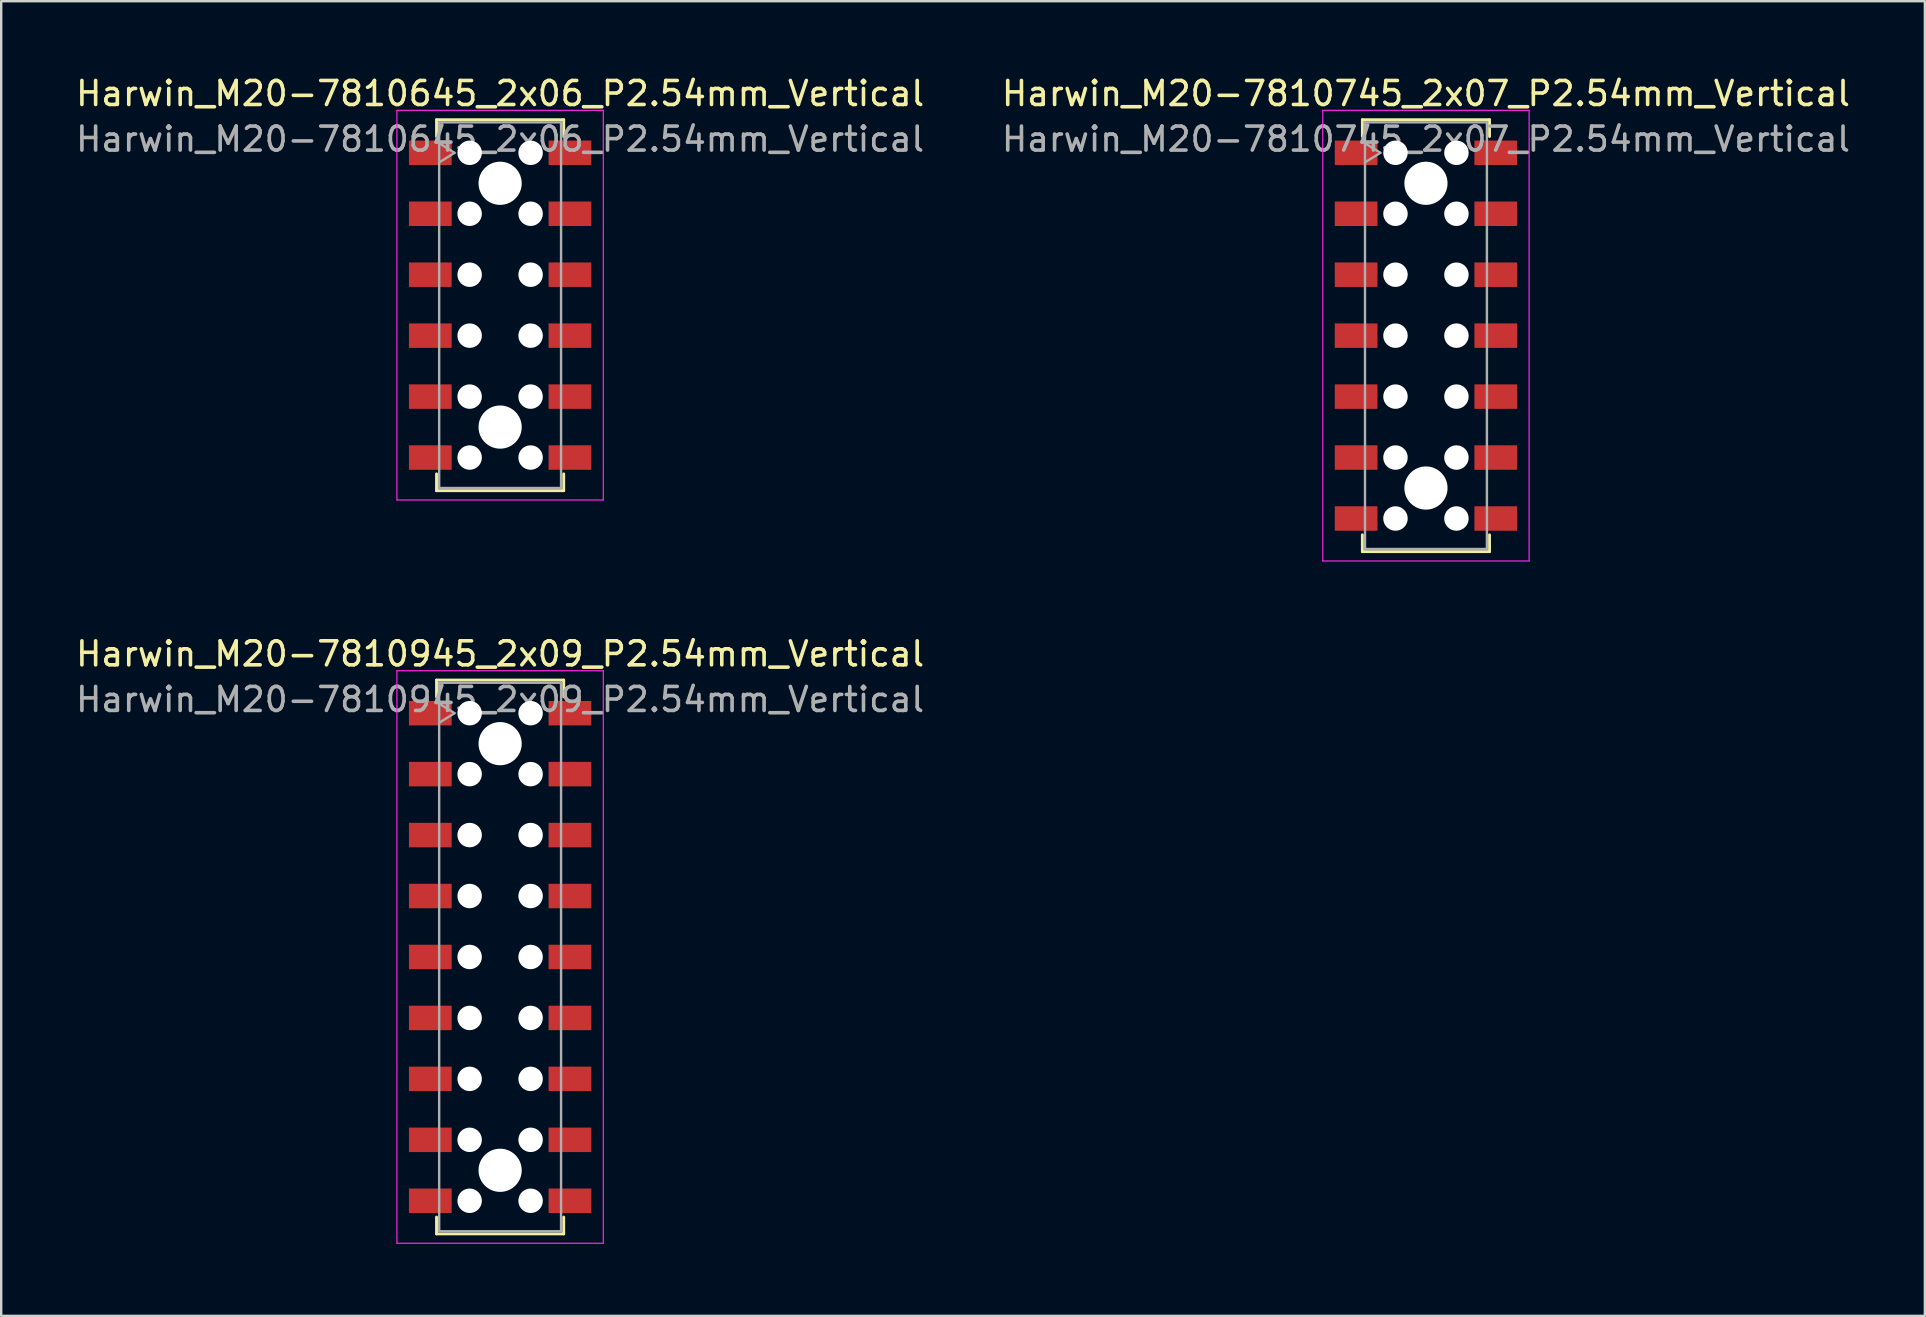
<source format=kicad_pcb>
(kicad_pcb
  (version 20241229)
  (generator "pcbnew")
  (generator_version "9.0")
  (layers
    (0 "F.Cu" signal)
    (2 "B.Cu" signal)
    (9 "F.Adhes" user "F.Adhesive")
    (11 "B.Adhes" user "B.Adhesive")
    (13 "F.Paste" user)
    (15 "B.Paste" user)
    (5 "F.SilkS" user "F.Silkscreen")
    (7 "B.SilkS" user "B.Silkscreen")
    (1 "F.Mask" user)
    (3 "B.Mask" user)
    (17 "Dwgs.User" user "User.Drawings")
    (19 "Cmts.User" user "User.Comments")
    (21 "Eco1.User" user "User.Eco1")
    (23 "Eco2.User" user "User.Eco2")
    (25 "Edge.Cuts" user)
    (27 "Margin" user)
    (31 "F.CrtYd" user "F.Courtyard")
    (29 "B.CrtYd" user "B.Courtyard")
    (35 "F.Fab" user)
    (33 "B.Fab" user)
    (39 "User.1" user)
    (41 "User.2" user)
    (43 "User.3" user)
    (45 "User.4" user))
  (footprint "Harwin_M20-7810645_2x06_P2.54mm_Vertical"
    (layer "F.Cu")
    (at 17.792 9.668)
    (property "Reference" "Harwin_M20-7810645_2x06_P2.54mm_Vertical" (at 0 -8.82 0) (layer "F.SilkS") (effects (font (size 1 1) (thickness 0.15))))
    (attr smd)
    (fp_line (start -2.65 -7.73) (end 2.65 -7.73) (stroke (width 0.12) (type solid)) (layer "F.SilkS"))
    (fp_line (start -2.65 -7.03) (end -2.65 -7.73) (stroke (width 0.12) (type solid)) (layer "F.SilkS"))
    (fp_line (start -2.65 7.03) (end -2.65 7.73) (stroke (width 0.12) (type solid)) (layer "F.SilkS"))
    (fp_line (start -2.65 7.73) (end 2.65 7.73) (stroke (width 0.12) (type solid)) (layer "F.SilkS"))
    (fp_line (start 2.65 -7.73) (end 2.65 -7.03) (stroke (width 0.12) (type solid)) (layer "F.SilkS"))
    (fp_line (start 2.65 7.73) (end 2.65 7.03) (stroke (width 0.12) (type solid)) (layer "F.SilkS"))
    (fp_line (start -4.3 -8.12) (end 4.3 -8.12) (stroke (width 0.05) (type solid)) (layer "F.CrtYd"))
    (fp_line (start -4.3 8.12) (end -4.3 -8.12) (stroke (width 0.05) (type solid)) (layer "F.CrtYd"))
    (fp_line (start 4.3 -8.12) (end 4.3 8.12) (stroke (width 0.05) (type solid)) (layer "F.CrtYd"))
    (fp_line (start 4.3 8.12) (end -4.3 8.12) (stroke (width 0.05) (type solid)) (layer "F.CrtYd"))
    (fp_line (start -2.54 -7.62) (end 2.54 -7.62) (stroke (width 0.1) (type solid)) (layer "F.Fab"))
    (fp_line (start -2.54 -6.75) (end -1.9 -6.35) (stroke (width 0.1) (type solid)) (layer "F.Fab"))
    (fp_line (start -2.54 7.62) (end -2.54 -7.62) (stroke (width 0.1) (type solid)) (layer "F.Fab"))
    (fp_line (start -1.9 -6.35) (end -2.54 -5.95) (stroke (width 0.1) (type solid)) (layer "F.Fab"))
    (fp_line (start 2.54 -7.62) (end 2.54 7.62) (stroke (width 0.1) (type solid)) (layer "F.Fab"))
    (fp_line (start 2.54 7.62) (end -2.54 7.62) (stroke (width 0.1) (type solid)) (layer "F.Fab"))
    (fp_text user "${REFERENCE}" (at 0 -6.92 0) (layer "F.Fab") (effects (font (size 1 1) (thickness 0.15))))
    (pad "" np_thru_hole circle (at -1.27 -6.35) (size 1.02 1.02) (drill 1.02) (layers "*.Cu" "*.Mask"))
    (pad "" np_thru_hole circle (at -1.27 -3.81) (size 1.02 1.02) (drill 1.02) (layers "*.Cu" "*.Mask"))
    (pad "" np_thru_hole circle (at -1.27 -1.27) (size 1.02 1.02) (drill 1.02) (layers "*.Cu" "*.Mask"))
    (pad "" np_thru_hole circle (at -1.27 1.27) (size 1.02 1.02) (drill 1.02) (layers "*.Cu" "*.Mask"))
    (pad "" np_thru_hole circle (at -1.27 3.81) (size 1.02 1.02) (drill 1.02) (layers "*.Cu" "*.Mask"))
    (pad "" np_thru_hole circle (at -1.27 6.35) (size 1.02 1.02) (drill 1.02) (layers "*.Cu" "*.Mask"))
    (pad "" np_thru_hole circle (at 0 -5.08) (size 1.8 1.8) (drill 1.8) (layers "*.Cu" "*.Mask"))
    (pad "" np_thru_hole circle (at 0 5.08) (size 1.8 1.8) (drill 1.8) (layers "*.Cu" "*.Mask"))
    (pad "" np_thru_hole circle (at 1.27 -6.35) (size 1.02 1.02) (drill 1.02) (layers "*.Cu" "*.Mask"))
    (pad "" np_thru_hole circle (at 1.27 -3.81) (size 1.02 1.02) (drill 1.02) (layers "*.Cu" "*.Mask"))
    (pad "" np_thru_hole circle (at 1.27 -1.27) (size 1.02 1.02) (drill 1.02) (layers "*.Cu" "*.Mask"))
    (pad "" np_thru_hole circle (at 1.27 1.27) (size 1.02 1.02) (drill 1.02) (layers "*.Cu" "*.Mask"))
    (pad "" np_thru_hole circle (at 1.27 3.81) (size 1.02 1.02) (drill 1.02) (layers "*.Cu" "*.Mask"))
    (pad "" np_thru_hole circle (at 1.27 6.35) (size 1.02 1.02) (drill 1.02) (layers "*.Cu" "*.Mask"))
    (pad "1" smd rect (at -2.91 -6.35) (size 1.78 1.02) (layers "F.Cu" "F.Mask" "F.Paste"))
    (pad "2" smd rect (at -2.91 -3.81) (size 1.78 1.02) (layers "F.Cu" "F.Mask" "F.Paste"))
    (pad "3" smd rect (at -2.91 -1.27) (size 1.78 1.02) (layers "F.Cu" "F.Mask" "F.Paste"))
    (pad "4" smd rect (at -2.91 1.27) (size 1.78 1.02) (layers "F.Cu" "F.Mask" "F.Paste"))
    (pad "5" smd rect (at -2.91 3.81) (size 1.78 1.02) (layers "F.Cu" "F.Mask" "F.Paste"))
    (pad "6" smd rect (at -2.91 6.35) (size 1.78 1.02) (layers "F.Cu" "F.Mask" "F.Paste"))
    (pad "7" smd rect (at 2.91 -6.35) (size 1.78 1.02) (layers "F.Cu" "F.Mask" "F.Paste"))
    (pad "8" smd rect (at 2.91 -3.81) (size 1.78 1.02) (layers "F.Cu" "F.Mask" "F.Paste"))
    (pad "9" smd rect (at 2.91 -1.27) (size 1.78 1.02) (layers "F.Cu" "F.Mask" "F.Paste"))
    (pad "10" smd rect (at 2.91 1.27) (size 1.78 1.02) (layers "F.Cu" "F.Mask" "F.Paste"))
    (pad "11" smd rect (at 2.91 3.81) (size 1.78 1.02) (layers "F.Cu" "F.Mask" "F.Paste"))
    (pad "12" smd rect (at 2.91 6.35) (size 1.78 1.02) (layers "F.Cu" "F.Mask" "F.Paste")))
  (footprint "Harwin_M20-7810945_2x09_P2.54mm_Vertical"
    (layer "F.Cu")
    (at 17.792 36.831)
    (property "Reference" "Harwin_M20-7810945_2x09_P2.54mm_Vertical" (at 0 -12.63 0) (layer "F.SilkS") (effects (font (size 1 1) (thickness 0.15))))
    (attr smd)
    (fp_line (start -2.65 -11.54) (end 2.65 -11.54) (stroke (width 0.12) (type solid)) (layer "F.SilkS"))
    (fp_line (start -2.65 -10.84) (end -2.65 -11.54) (stroke (width 0.12) (type solid)) (layer "F.SilkS"))
    (fp_line (start -2.65 10.84) (end -2.65 11.54) (stroke (width 0.12) (type solid)) (layer "F.SilkS"))
    (fp_line (start -2.65 11.54) (end 2.65 11.54) (stroke (width 0.12) (type solid)) (layer "F.SilkS"))
    (fp_line (start 2.65 -11.54) (end 2.65 -10.84) (stroke (width 0.12) (type solid)) (layer "F.SilkS"))
    (fp_line (start 2.65 11.54) (end 2.65 10.84) (stroke (width 0.12) (type solid)) (layer "F.SilkS"))
    (fp_line (start -4.3 -11.93) (end 4.3 -11.93) (stroke (width 0.05) (type solid)) (layer "F.CrtYd"))
    (fp_line (start -4.3 11.93) (end -4.3 -11.93) (stroke (width 0.05) (type solid)) (layer "F.CrtYd"))
    (fp_line (start 4.3 -11.93) (end 4.3 11.93) (stroke (width 0.05) (type solid)) (layer "F.CrtYd"))
    (fp_line (start 4.3 11.93) (end -4.3 11.93) (stroke (width 0.05) (type solid)) (layer "F.CrtYd"))
    (fp_line (start -2.54 -11.43) (end 2.54 -11.43) (stroke (width 0.1) (type solid)) (layer "F.Fab"))
    (fp_line (start -2.54 -10.56) (end -1.9 -10.16) (stroke (width 0.1) (type solid)) (layer "F.Fab"))
    (fp_line (start -2.54 11.43) (end -2.54 -11.43) (stroke (width 0.1) (type solid)) (layer "F.Fab"))
    (fp_line (start -1.9 -10.16) (end -2.54 -9.76) (stroke (width 0.1) (type solid)) (layer "F.Fab"))
    (fp_line (start 2.54 -11.43) (end 2.54 11.43) (stroke (width 0.1) (type solid)) (layer "F.Fab"))
    (fp_line (start 2.54 11.43) (end -2.54 11.43) (stroke (width 0.1) (type solid)) (layer "F.Fab"))
    (fp_text user "${REFERENCE}" (at 0 -10.73 0) (layer "F.Fab") (effects (font (size 1 1) (thickness 0.15))))
    (pad "" np_thru_hole circle (at -1.27 -10.16) (size 1.02 1.02) (drill 1.02) (layers "*.Cu" "*.Mask"))
    (pad "" np_thru_hole circle (at -1.27 -7.62) (size 1.02 1.02) (drill 1.02) (layers "*.Cu" "*.Mask"))
    (pad "" np_thru_hole circle (at -1.27 -5.08) (size 1.02 1.02) (drill 1.02) (layers "*.Cu" "*.Mask"))
    (pad "" np_thru_hole circle (at -1.27 -2.54) (size 1.02 1.02) (drill 1.02) (layers "*.Cu" "*.Mask"))
    (pad "" np_thru_hole circle (at -1.27 0) (size 1.02 1.02) (drill 1.02) (layers "*.Cu" "*.Mask"))
    (pad "" np_thru_hole circle (at -1.27 2.54) (size 1.02 1.02) (drill 1.02) (layers "*.Cu" "*.Mask"))
    (pad "" np_thru_hole circle (at -1.27 5.08) (size 1.02 1.02) (drill 1.02) (layers "*.Cu" "*.Mask"))
    (pad "" np_thru_hole circle (at -1.27 7.62) (size 1.02 1.02) (drill 1.02) (layers "*.Cu" "*.Mask"))
    (pad "" np_thru_hole circle (at -1.27 10.16) (size 1.02 1.02) (drill 1.02) (layers "*.Cu" "*.Mask"))
    (pad "" np_thru_hole circle (at 0 -8.89) (size 1.8 1.8) (drill 1.8) (layers "*.Cu" "*.Mask"))
    (pad "" np_thru_hole circle (at 0 8.89) (size 1.8 1.8) (drill 1.8) (layers "*.Cu" "*.Mask"))
    (pad "" np_thru_hole circle (at 1.27 -10.16) (size 1.02 1.02) (drill 1.02) (layers "*.Cu" "*.Mask"))
    (pad "" np_thru_hole circle (at 1.27 -7.62) (size 1.02 1.02) (drill 1.02) (layers "*.Cu" "*.Mask"))
    (pad "" np_thru_hole circle (at 1.27 -5.08) (size 1.02 1.02) (drill 1.02) (layers "*.Cu" "*.Mask"))
    (pad "" np_thru_hole circle (at 1.27 -2.54) (size 1.02 1.02) (drill 1.02) (layers "*.Cu" "*.Mask"))
    (pad "" np_thru_hole circle (at 1.27 0) (size 1.02 1.02) (drill 1.02) (layers "*.Cu" "*.Mask"))
    (pad "" np_thru_hole circle (at 1.27 2.54) (size 1.02 1.02) (drill 1.02) (layers "*.Cu" "*.Mask"))
    (pad "" np_thru_hole circle (at 1.27 5.08) (size 1.02 1.02) (drill 1.02) (layers "*.Cu" "*.Mask"))
    (pad "" np_thru_hole circle (at 1.27 7.62) (size 1.02 1.02) (drill 1.02) (layers "*.Cu" "*.Mask"))
    (pad "" np_thru_hole circle (at 1.27 10.16) (size 1.02 1.02) (drill 1.02) (layers "*.Cu" "*.Mask"))
    (pad "1" smd rect (at -2.91 -10.16) (size 1.78 1.02) (layers "F.Cu" "F.Mask" "F.Paste"))
    (pad "2" smd rect (at -2.91 -7.62) (size 1.78 1.02) (layers "F.Cu" "F.Mask" "F.Paste"))
    (pad "3" smd rect (at -2.91 -5.08) (size 1.78 1.02) (layers "F.Cu" "F.Mask" "F.Paste"))
    (pad "4" smd rect (at -2.91 -2.54) (size 1.78 1.02) (layers "F.Cu" "F.Mask" "F.Paste"))
    (pad "5" smd rect (at -2.91 0) (size 1.78 1.02) (layers "F.Cu" "F.Mask" "F.Paste"))
    (pad "6" smd rect (at -2.91 2.54) (size 1.78 1.02) (layers "F.Cu" "F.Mask" "F.Paste"))
    (pad "7" smd rect (at -2.91 5.08) (size 1.78 1.02) (layers "F.Cu" "F.Mask" "F.Paste"))
    (pad "8" smd rect (at -2.91 7.62) (size 1.78 1.02) (layers "F.Cu" "F.Mask" "F.Paste"))
    (pad "9" smd rect (at -2.91 10.16) (size 1.78 1.02) (layers "F.Cu" "F.Mask" "F.Paste"))
    (pad "10" smd rect (at 2.91 -10.16) (size 1.78 1.02) (layers "F.Cu" "F.Mask" "F.Paste"))
    (pad "11" smd rect (at 2.91 -7.62) (size 1.78 1.02) (layers "F.Cu" "F.Mask" "F.Paste"))
    (pad "12" smd rect (at 2.91 -5.08) (size 1.78 1.02) (layers "F.Cu" "F.Mask" "F.Paste"))
    (pad "13" smd rect (at 2.91 -2.54) (size 1.78 1.02) (layers "F.Cu" "F.Mask" "F.Paste"))
    (pad "14" smd rect (at 2.91 0) (size 1.78 1.02) (layers "F.Cu" "F.Mask" "F.Paste"))
    (pad "15" smd rect (at 2.91 2.54) (size 1.78 1.02) (layers "F.Cu" "F.Mask" "F.Paste"))
    (pad "16" smd rect (at 2.91 5.08) (size 1.78 1.02) (layers "F.Cu" "F.Mask" "F.Paste"))
    (pad "17" smd rect (at 2.91 7.62) (size 1.78 1.02) (layers "F.Cu" "F.Mask" "F.Paste"))
    (pad "18" smd rect (at 2.91 10.16) (size 1.78 1.02) (layers "F.Cu" "F.Mask" "F.Paste")))
  (footprint "Harwin_M20-7810745_2x07_P2.54mm_Vertical"
    (layer "F.Cu")
    (at 56.375 10.938)
    (property "Reference" "Harwin_M20-7810745_2x07_P2.54mm_Vertical" (at 0 -10.09 0) (layer "F.SilkS") (effects (font (size 1 1) (thickness 0.15))))
    (attr smd)
    (fp_line (start -2.65 -9) (end 2.65 -9) (stroke (width 0.12) (type solid)) (layer "F.SilkS"))
    (fp_line (start -2.65 -8.3) (end -2.65 -9) (stroke (width 0.12) (type solid)) (layer "F.SilkS"))
    (fp_line (start -2.65 8.3) (end -2.65 9) (stroke (width 0.12) (type solid)) (layer "F.SilkS"))
    (fp_line (start -2.65 9) (end 2.65 9) (stroke (width 0.12) (type solid)) (layer "F.SilkS"))
    (fp_line (start 2.65 -9) (end 2.65 -8.3) (stroke (width 0.12) (type solid)) (layer "F.SilkS"))
    (fp_line (start 2.65 9) (end 2.65 8.3) (stroke (width 0.12) (type solid)) (layer "F.SilkS"))
    (fp_line (start -4.3 -9.39) (end 4.3 -9.39) (stroke (width 0.05) (type solid)) (layer "F.CrtYd"))
    (fp_line (start -4.3 9.39) (end -4.3 -9.39) (stroke (width 0.05) (type solid)) (layer "F.CrtYd"))
    (fp_line (start 4.3 -9.39) (end 4.3 9.39) (stroke (width 0.05) (type solid)) (layer "F.CrtYd"))
    (fp_line (start 4.3 9.39) (end -4.3 9.39) (stroke (width 0.05) (type solid)) (layer "F.CrtYd"))
    (fp_line (start -2.54 -8.89) (end 2.54 -8.89) (stroke (width 0.1) (type solid)) (layer "F.Fab"))
    (fp_line (start -2.54 -8.02) (end -1.9 -7.62) (stroke (width 0.1) (type solid)) (layer "F.Fab"))
    (fp_line (start -2.54 8.89) (end -2.54 -8.89) (stroke (width 0.1) (type solid)) (layer "F.Fab"))
    (fp_line (start -1.9 -7.62) (end -2.54 -7.22) (stroke (width 0.1) (type solid)) (layer "F.Fab"))
    (fp_line (start 2.54 -8.89) (end 2.54 8.89) (stroke (width 0.1) (type solid)) (layer "F.Fab"))
    (fp_line (start 2.54 8.89) (end -2.54 8.89) (stroke (width 0.1) (type solid)) (layer "F.Fab"))
    (fp_text user "${REFERENCE}" (at 0 -8.19 0) (layer "F.Fab") (effects (font (size 1 1) (thickness 0.15))))
    (pad "" np_thru_hole circle (at -1.27 -7.62) (size 1.02 1.02) (drill 1.02) (layers "*.Cu" "*.Mask"))
    (pad "" np_thru_hole circle (at -1.27 -5.08) (size 1.02 1.02) (drill 1.02) (layers "*.Cu" "*.Mask"))
    (pad "" np_thru_hole circle (at -1.27 -2.54) (size 1.02 1.02) (drill 1.02) (layers "*.Cu" "*.Mask"))
    (pad "" np_thru_hole circle (at -1.27 0) (size 1.02 1.02) (drill 1.02) (layers "*.Cu" "*.Mask"))
    (pad "" np_thru_hole circle (at -1.27 2.54) (size 1.02 1.02) (drill 1.02) (layers "*.Cu" "*.Mask"))
    (pad "" np_thru_hole circle (at -1.27 5.08) (size 1.02 1.02) (drill 1.02) (layers "*.Cu" "*.Mask"))
    (pad "" np_thru_hole circle (at -1.27 7.62) (size 1.02 1.02) (drill 1.02) (layers "*.Cu" "*.Mask"))
    (pad "" np_thru_hole circle (at 0 -6.35) (size 1.8 1.8) (drill 1.8) (layers "*.Cu" "*.Mask"))
    (pad "" np_thru_hole circle (at 0 6.35) (size 1.8 1.8) (drill 1.8) (layers "*.Cu" "*.Mask"))
    (pad "" np_thru_hole circle (at 1.27 -7.62) (size 1.02 1.02) (drill 1.02) (layers "*.Cu" "*.Mask"))
    (pad "" np_thru_hole circle (at 1.27 -5.08) (size 1.02 1.02) (drill 1.02) (layers "*.Cu" "*.Mask"))
    (pad "" np_thru_hole circle (at 1.27 -2.54) (size 1.02 1.02) (drill 1.02) (layers "*.Cu" "*.Mask"))
    (pad "" np_thru_hole circle (at 1.27 0) (size 1.02 1.02) (drill 1.02) (layers "*.Cu" "*.Mask"))
    (pad "" np_thru_hole circle (at 1.27 2.54) (size 1.02 1.02) (drill 1.02) (layers "*.Cu" "*.Mask"))
    (pad "" np_thru_hole circle (at 1.27 5.08) (size 1.02 1.02) (drill 1.02) (layers "*.Cu" "*.Mask"))
    (pad "" np_thru_hole circle (at 1.27 7.62) (size 1.02 1.02) (drill 1.02) (layers "*.Cu" "*.Mask"))
    (pad "1" smd rect (at -2.91 -7.62) (size 1.78 1.02) (layers "F.Cu" "F.Mask" "F.Paste"))
    (pad "2" smd rect (at -2.91 -5.08) (size 1.78 1.02) (layers "F.Cu" "F.Mask" "F.Paste"))
    (pad "3" smd rect (at -2.91 -2.54) (size 1.78 1.02) (layers "F.Cu" "F.Mask" "F.Paste"))
    (pad "4" smd rect (at -2.91 0) (size 1.78 1.02) (layers "F.Cu" "F.Mask" "F.Paste"))
    (pad "5" smd rect (at -2.91 2.54) (size 1.78 1.02) (layers "F.Cu" "F.Mask" "F.Paste"))
    (pad "6" smd rect (at -2.91 5.08) (size 1.78 1.02) (layers "F.Cu" "F.Mask" "F.Paste"))
    (pad "7" smd rect (at -2.91 7.62) (size 1.78 1.02) (layers "F.Cu" "F.Mask" "F.Paste"))
    (pad "8" smd rect (at 2.91 -7.62) (size 1.78 1.02) (layers "F.Cu" "F.Mask" "F.Paste"))
    (pad "9" smd rect (at 2.91 -5.08) (size 1.78 1.02) (layers "F.Cu" "F.Mask" "F.Paste"))
    (pad "10" smd rect (at 2.91 -2.54) (size 1.78 1.02) (layers "F.Cu" "F.Mask" "F.Paste"))
    (pad "11" smd rect (at 2.91 0) (size 1.78 1.02) (layers "F.Cu" "F.Mask" "F.Paste"))
    (pad "12" smd rect (at 2.91 2.54) (size 1.78 1.02) (layers "F.Cu" "F.Mask" "F.Paste"))
    (pad "13" smd rect (at 2.91 5.08) (size 1.78 1.02) (layers "F.Cu" "F.Mask" "F.Paste"))
    (pad "14" smd rect (at 2.91 7.62) (size 1.78 1.02) (layers "F.Cu" "F.Mask" "F.Paste")))
  (gr_rect
    (start -3 -3)
    (end 77.167 51.786)
    (stroke (width 0.1) (type default))
    (fill no)
    (layer "Edge.Cuts")))
</source>
